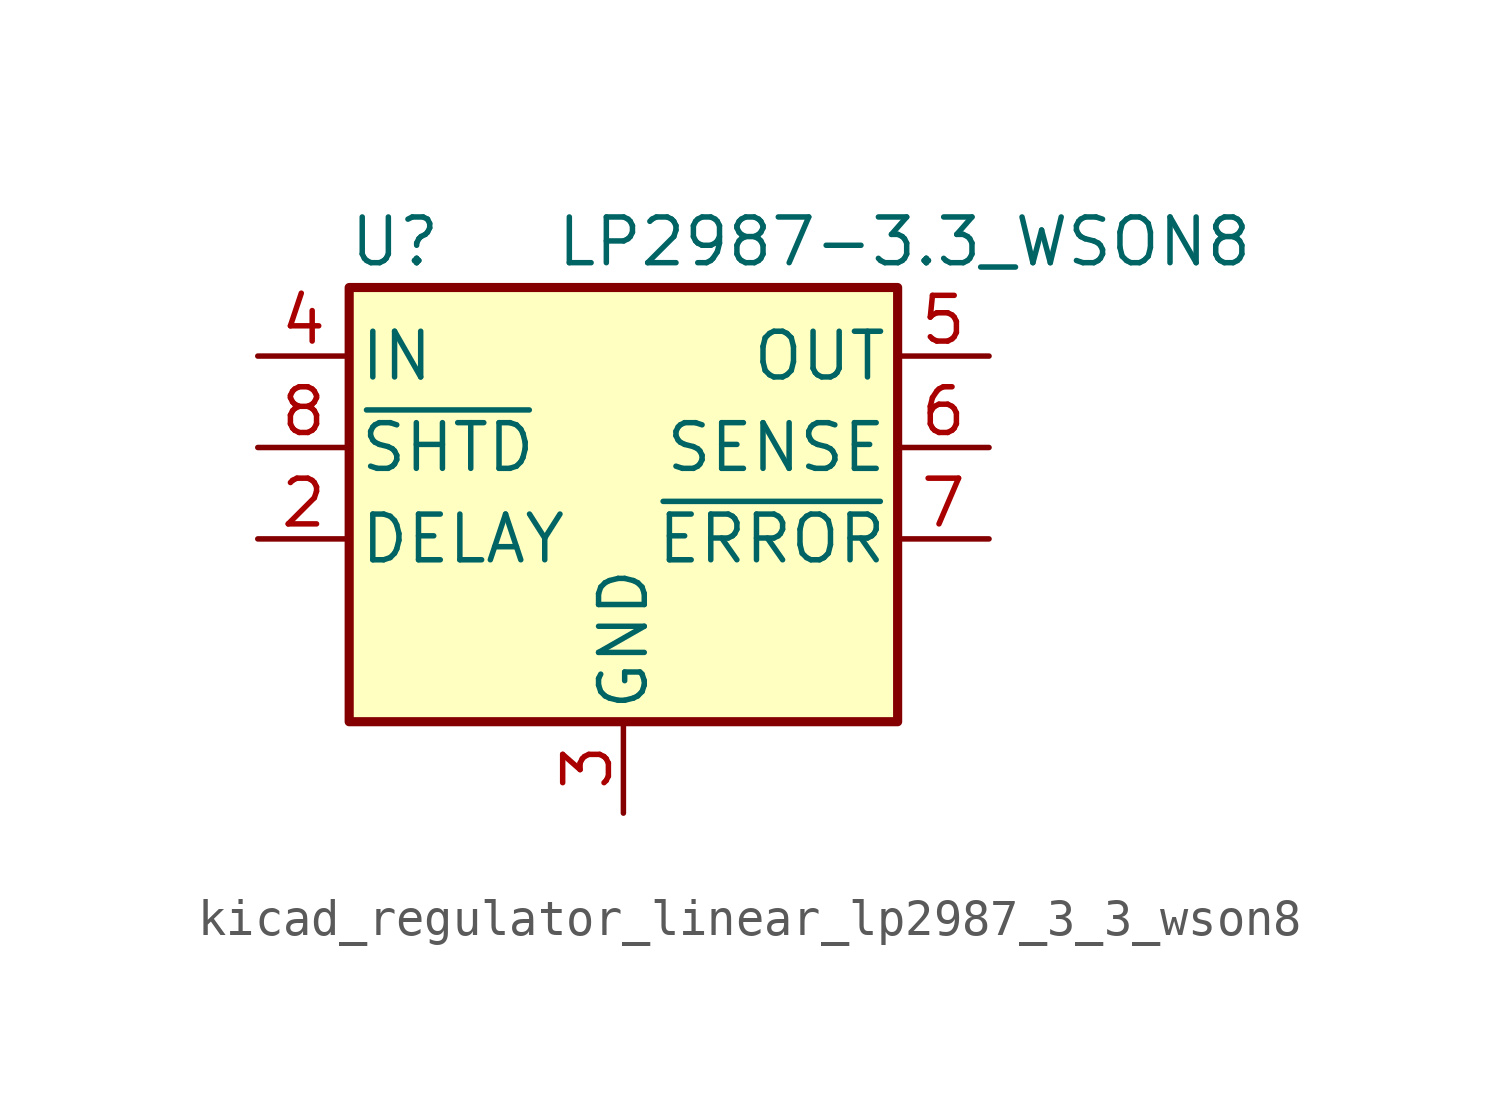
<source format=kicad_sym>
(kicad_symbol_lib
  (version 20220914)
  (generator kicad_symbol_editor)
  (symbol "kicad_regulator_linear_lp2987_3_3_wson8"
    (pin_names
      (offset 0.254))
    (property "Reference" "U"
      (at -6.35 5.715 0)
      (effects (font (size 1.27 1.27))))
    (property "Value" "LP2987-3.3_WSON8"
      (at -1.905 5.715 0)
      (effects (font (size 1.27 1.27)) (justify left)))
    (symbol "kicad_regulator_linear_lp2987_3_3_wson8_0_1"
      (rectangle (start -7.62 4.445) (end 7.62 -7.62) (stroke (width 0.254) (type default)) (fill (type background))))
    (symbol "kicad_regulator_linear_lp2987_3_3_wson8_1_1"
      (pin no_connect line (at 2.54 -7.62 90) (length 2.54) hide (name "NC" (effects (font (size 1.27 1.27)))) (number "1" (effects (font (size 1.27 1.27)))))
      (pin passive line (at -10.16 -2.54 0) (length 2.54) (name "DELAY" (effects (font (size 1.27 1.27)))) (number "2" (effects (font (size 1.27 1.27)))))
      (pin power_in line (at 0 -10.16 90) (length 2.54) (name "GND" (effects (font (size 1.27 1.27)))) (number "3" (effects (font (size 1.27 1.27)))))
      (pin power_in line (at -10.16 2.54 0) (length 2.54) (name "IN" (effects (font (size 1.27 1.27)))) (number "4" (effects (font (size 1.27 1.27)))))
      (pin power_out line (at 10.16 2.54 180) (length 2.54) (name "OUT" (effects (font (size 1.27 1.27)))) (number "5" (effects (font (size 1.27 1.27)))))
      (pin input line (at 10.16 0 180) (length 2.54) (name "SENSE" (effects (font (size 1.27 1.27)))) (number "6" (effects (font (size 1.27 1.27)))))
      (pin output line (at 10.16 -2.54 180) (length 2.54) (name "~{ERROR}" (effects (font (size 1.27 1.27)))) (number "7" (effects (font (size 1.27 1.27)))))
      (pin input line (at -10.16 0 0) (length 2.54) (name "~{SHTD}" (effects (font (size 1.27 1.27)))) (number "8" (effects (font (size 1.27 1.27)))))
      (pin passive line (at 0 -10.16 90) (length 2.54) hide (name "GND" (effects (font (size 1.27 1.27)))) (number "9" (effects (font (size 1.27 1.27))))))))
</source>
